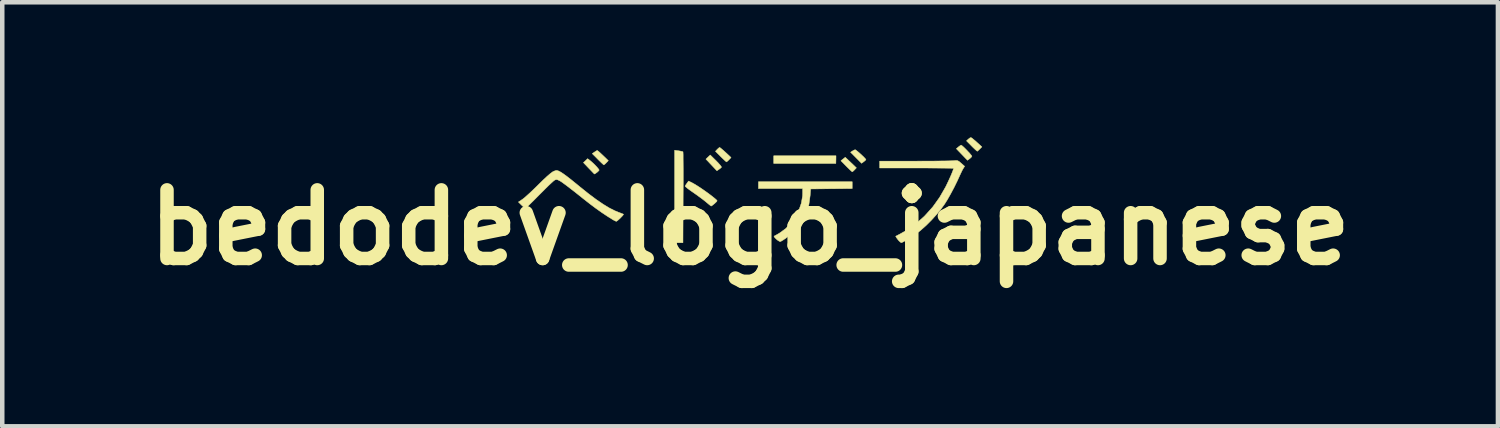
<source format=kicad_pcb>
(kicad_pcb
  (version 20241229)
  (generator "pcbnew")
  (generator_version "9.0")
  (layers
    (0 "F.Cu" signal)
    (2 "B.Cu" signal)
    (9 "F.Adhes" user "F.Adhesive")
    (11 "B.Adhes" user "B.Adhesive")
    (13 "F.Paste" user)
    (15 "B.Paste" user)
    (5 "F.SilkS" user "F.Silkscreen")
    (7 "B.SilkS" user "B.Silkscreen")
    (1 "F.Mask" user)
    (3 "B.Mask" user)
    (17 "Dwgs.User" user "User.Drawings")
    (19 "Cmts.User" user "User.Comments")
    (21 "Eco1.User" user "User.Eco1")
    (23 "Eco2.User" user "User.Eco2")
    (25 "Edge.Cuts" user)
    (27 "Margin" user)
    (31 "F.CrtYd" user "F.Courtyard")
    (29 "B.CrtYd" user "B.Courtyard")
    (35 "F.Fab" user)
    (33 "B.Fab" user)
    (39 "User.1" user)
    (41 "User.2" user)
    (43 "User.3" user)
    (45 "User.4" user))
  (footprint "bedodev_logo_japanese"
    (layer "F.Cu")
    (at 13.614 2.003)
    (property "Reference" "bedodev_logo_japanese" (at 0 0 0) (layer "F.SilkS") (effects (font (size 1.524 1.524) (thickness 0.3))))
    (attr through_hole)
    (fp_poly (pts (xy 1.908 -1.507) (xy 1.906 -1.422) (xy 0.525 -1.422) (xy 0.525 -1.592) (xy 1.909 -1.592) (xy 1.908 -1.507)) (stroke (width 0.01) (type solid)) (fill yes) (layer "F.SilkS"))
    (fp_poly (pts (xy -0.755 -1.482) (xy -0.703 -1.428) (xy -0.663 -1.383) (xy -0.639 -1.35) (xy -0.635 -1.338) (xy -0.655 -1.318) (xy -0.689 -1.292) (xy -0.691 -1.291) (xy -0.737 -1.259) (xy -0.859 -1.389) (xy -0.981 -1.518) (xy -0.933 -1.564) (xy -0.885 -1.61) (xy -0.755 -1.482)) (stroke (width 0.01) (type solid)) (fill yes) (layer "F.SilkS"))
    (fp_poly (pts (xy 2.239 -1.442) (xy 2.362 -1.324) (xy 2.321 -1.28) (xy 2.291 -1.251) (xy 2.271 -1.236) (xy 2.27 -1.236) (xy 2.255 -1.247) (xy 2.221 -1.278) (xy 2.175 -1.323) (xy 2.139 -1.359) (xy 2.018 -1.482) (xy 2.067 -1.521) (xy 2.115 -1.559) (xy 2.239 -1.442)) (stroke (width 0.01) (type solid)) (fill yes) (layer "F.SilkS"))
    (fp_poly (pts (xy -1.587 -1.703) (xy -1.536 -1.694) (xy -1.5 -1.685) (xy -1.49 -1.68) (xy -1.489 -1.661) (xy -1.487 -1.612) (xy -1.487 -1.534) (xy -1.486 -1.432) (xy -1.485 -1.308) (xy -1.485 -1.165) (xy -1.485 -1.006) (xy -1.486 -0.834) (xy -1.487 -0.665) (xy -1.491 0.339) (xy -1.676 0.339) (xy -1.676 -1.715) (xy -1.587 -1.703)) (stroke (width 0.01) (type solid)) (fill yes) (layer "F.SilkS"))
    (fp_poly (pts (xy 2.354 -1.716) (xy 2.39 -1.688) (xy 2.435 -1.649) (xy 2.483 -1.605) (xy 2.527 -1.563) (xy 2.559 -1.529) (xy 2.574 -1.509) (xy 2.574 -1.508) (xy 2.562 -1.491) (xy 2.531 -1.465) (xy 2.526 -1.461) (xy 2.477 -1.425) (xy 2.355 -1.548) (xy 2.233 -1.671) (xy 2.276 -1.699) (xy 2.312 -1.719) (xy 2.336 -1.727) (xy 2.354 -1.716)) (stroke (width 0.01) (type solid)) (fill yes) (layer "F.SilkS"))
    (fp_poly (pts (xy -3.379 -1.699) (xy -3.344 -1.67) (xy -3.297 -1.626) (xy -3.266 -1.597) (xy -3.149 -1.484) (xy -3.195 -1.436) (xy -3.226 -1.406) (xy -3.247 -1.391) (xy -3.25 -1.39) (xy -3.265 -1.402) (xy -3.299 -1.433) (xy -3.345 -1.478) (xy -3.383 -1.516) (xy -3.506 -1.64) (xy -3.456 -1.675) (xy -3.421 -1.698) (xy -3.397 -1.71) (xy -3.395 -1.71) (xy -3.379 -1.699)) (stroke (width 0.01) (type solid)) (fill yes) (layer "F.SilkS"))
    (fp_poly (pts (xy -0.66 -1.767) (xy -0.624 -1.738) (xy -0.576 -1.696) (xy -0.543 -1.666) (xy -0.422 -1.553) (xy -0.468 -1.505) (xy -0.5 -1.474) (xy -0.521 -1.457) (xy -0.524 -1.456) (xy -0.54 -1.468) (xy -0.573 -1.498) (xy -0.619 -1.542) (xy -0.652 -1.574) (xy -0.769 -1.692) (xy -0.729 -1.735) (xy -0.698 -1.764) (xy -0.678 -1.778) (xy -0.676 -1.778) (xy -0.66 -1.767)) (stroke (width 0.01) (type solid)) (fill yes) (layer "F.SilkS"))
    (fp_poly (pts (xy 4.708 -1.817) (xy 4.743 -1.787) (xy 4.787 -1.744) (xy 4.833 -1.696) (xy 4.877 -1.649) (xy 4.91 -1.61) (xy 4.927 -1.586) (xy 4.928 -1.583) (xy 4.915 -1.561) (xy 4.885 -1.533) (xy 4.879 -1.528) (xy 4.83 -1.492) (xy 4.706 -1.621) (xy 4.583 -1.749) (xy 4.629 -1.789) (xy 4.664 -1.815) (xy 4.687 -1.829) (xy 4.689 -1.829) (xy 4.708 -1.817)) (stroke (width 0.01) (type solid)) (fill yes) (layer "F.SilkS"))
    (fp_poly (pts (xy 4.925 -1.987) (xy 4.962 -1.958) (xy 5.011 -1.917) (xy 5.036 -1.894) (xy 5.15 -1.79) (xy 5.103 -1.742) (xy 5.071 -1.711) (xy 5.05 -1.694) (xy 5.047 -1.693) (xy 5.031 -1.705) (xy 4.998 -1.735) (xy 4.952 -1.779) (xy 4.922 -1.809) (xy 4.808 -1.924) (xy 4.848 -1.961) (xy 4.881 -1.987) (xy 4.905 -1.998) (xy 4.905 -1.998) (xy 4.925 -1.987)) (stroke (width 0.01) (type solid)) (fill yes) (layer "F.SilkS"))
    (fp_poly (pts (xy -3.542 -1.476) (xy -3.496 -1.436) (xy -3.447 -1.389) (xy -3.403 -1.342) (xy -3.37 -1.302) (xy -3.353 -1.276) (xy -3.353 -1.273) (xy -3.365 -1.257) (xy -3.392 -1.231) (xy -3.425 -1.206) (xy -3.451 -1.189) (xy -3.458 -1.187) (xy -3.471 -1.199) (xy -3.502 -1.231) (xy -3.546 -1.277) (xy -3.582 -1.314) (xy -3.702 -1.44) (xy -3.655 -1.484) (xy -3.609 -1.528) (xy -3.542 -1.476)) (stroke (width 0.01) (type solid)) (fill yes) (layer "F.SilkS"))
    (fp_poly (pts (xy -1.28 -0.988) (xy -1.225 -0.957) (xy -1.156 -0.914) (xy -1.079 -0.863) (xy -0.998 -0.807) (xy -0.919 -0.75) (xy -0.848 -0.696) (xy -0.789 -0.649) (xy -0.748 -0.613) (xy -0.732 -0.593) (xy -0.741 -0.577) (xy -0.768 -0.55) (xy -0.804 -0.518) (xy -0.838 -0.491) (xy -0.862 -0.476) (xy -0.866 -0.475) (xy -0.881 -0.486) (xy -0.915 -0.513) (xy -0.962 -0.552) (xy -0.982 -0.569) (xy -1.042 -0.617) (xy -1.12 -0.675) (xy -1.204 -0.736) (xy -1.27 -0.782) (xy -1.337 -0.829) (xy -1.391 -0.869) (xy -1.428 -0.9) (xy -1.443 -0.917) (xy -1.443 -0.918) (xy -1.431 -0.941) (xy -1.406 -0.977) (xy -1.403 -0.982) (xy -1.367 -1.031) (xy -1.28 -0.988)) (stroke (width 0.01) (type solid)) (fill yes) (layer "F.SilkS"))
    (fp_poly (pts (xy 2.269 -0.864) (xy 1.808 -0.86) (xy 1.346 -0.855) (xy 1.335 -0.711) (xy 1.307 -0.508) (xy 1.255 -0.326) (xy 1.176 -0.162) (xy 1.07 -0.012) (xy 0.99 0.076) (xy 0.937 0.125) (xy 0.872 0.179) (xy 0.804 0.231) (xy 0.742 0.275) (xy 0.691 0.305) (xy 0.673 0.314) (xy 0.65 0.308) (xy 0.612 0.284) (xy 0.584 0.261) (xy 0.55 0.227) (xy 0.533 0.202) (xy 0.534 0.193) (xy 0.557 0.181) (xy 0.6 0.157) (xy 0.654 0.126) (xy 0.659 0.122) (xy 0.789 0.028) (xy 0.905 -0.092) (xy 1.005 -0.231) (xy 1.084 -0.382) (xy 1.139 -0.54) (xy 1.166 -0.699) (xy 1.168 -0.757) (xy 1.168 -0.864) (xy 0.186 -0.864) (xy 0.186 -1.016) (xy 2.269 -1.016) (xy 2.269 -0.864)) (stroke (width 0.01) (type solid)) (fill yes) (layer "F.SilkS"))
    (fp_poly (pts (xy 4.613 -1.483) (xy 4.646 -1.464) (xy 4.69 -1.426) (xy 4.691 -1.426) (xy 4.767 -1.358) (xy 4.736 -1.31) (xy 4.711 -1.265) (xy 4.683 -1.207) (xy 4.669 -1.177) (xy 4.605 -1.037) (xy 4.533 -0.89) (xy 4.457 -0.747) (xy 4.384 -0.618) (xy 4.321 -0.518) (xy 4.239 -0.405) (xy 4.137 -0.281) (xy 4.025 -0.158) (xy 3.911 -0.044) (xy 3.803 0.052) (xy 3.784 0.069) (xy 3.725 0.113) (xy 3.655 0.162) (xy 3.581 0.212) (xy 3.509 0.258) (xy 3.444 0.297) (xy 3.394 0.325) (xy 3.363 0.338) (xy 3.36 0.339) (xy 3.338 0.326) (xy 3.305 0.295) (xy 3.284 0.27) (xy 3.255 0.231) (xy 3.238 0.203) (xy 3.236 0.196) (xy 3.254 0.186) (xy 3.292 0.166) (xy 3.329 0.147) (xy 3.457 0.074) (xy 3.595 -0.018) (xy 3.73 -0.123) (xy 3.853 -0.231) (xy 3.885 -0.262) (xy 4.059 -0.456) (xy 4.21 -0.667) (xy 4.343 -0.898) (xy 4.382 -0.978) (xy 4.421 -1.061) (xy 4.458 -1.143) (xy 4.488 -1.215) (xy 4.51 -1.273) (xy 4.521 -1.308) (xy 4.521 -1.313) (xy 4.505 -1.314) (xy 4.458 -1.316) (xy 4.383 -1.317) (xy 4.285 -1.318) (xy 4.166 -1.319) (xy 4.029 -1.32) (xy 3.878 -1.321) (xy 3.715 -1.321) (xy 3.7 -1.321) (xy 2.879 -1.321) (xy 2.879 -1.473) (xy 3.662 -1.473) (xy 3.825 -1.474) (xy 3.98 -1.474) (xy 4.123 -1.475) (xy 4.251 -1.477) (xy 4.36 -1.478) (xy 4.446 -1.48) (xy 4.505 -1.482) (xy 4.53 -1.484) (xy 4.579 -1.488) (xy 4.613 -1.483)) (stroke (width 0.01) (type solid)) (fill yes) (layer "F.SilkS"))
    (fp_poly (pts (xy -4.261 -1.257) (xy -4.239 -1.247) (xy -4.195 -1.223) (xy -4.139 -1.185) (xy -4.068 -1.133) (xy -3.978 -1.063) (xy -3.868 -0.974) (xy -3.785 -0.906) (xy -3.593 -0.752) (xy -3.421 -0.623) (xy -3.266 -0.517) (xy -3.128 -0.433) (xy -3.003 -0.37) (xy -2.928 -0.339) (xy -2.872 -0.318) (xy -2.831 -0.302) (xy -2.812 -0.293) (xy -2.812 -0.293) (xy -2.818 -0.279) (xy -2.842 -0.25) (xy -2.877 -0.214) (xy -2.915 -0.178) (xy -2.948 -0.149) (xy -2.969 -0.136) (xy -2.971 -0.136) (xy -2.996 -0.144) (xy -3.035 -0.165) (xy -3.048 -0.172) (xy -3.174 -0.251) (xy -3.297 -0.333) (xy -3.424 -0.423) (xy -3.56 -0.525) (xy -3.712 -0.644) (xy -3.788 -0.705) (xy -3.887 -0.784) (xy -3.982 -0.857) (xy -4.067 -0.923) (xy -4.139 -0.976) (xy -4.193 -1.015) (xy -4.224 -1.034) (xy -4.271 -1.057) (xy -4.302 -1.064) (xy -4.33 -1.057) (xy -4.343 -1.05) (xy -4.367 -1.032) (xy -4.41 -0.993) (xy -4.47 -0.937) (xy -4.541 -0.867) (xy -4.621 -0.787) (xy -4.683 -0.725) (xy -4.765 -0.642) (xy -4.839 -0.568) (xy -4.902 -0.506) (xy -4.95 -0.459) (xy -4.981 -0.431) (xy -4.991 -0.423) (xy -5.008 -0.434) (xy -5.041 -0.463) (xy -5.075 -0.494) (xy -5.147 -0.565) (xy -5.058 -0.624) (xy -5.02 -0.653) (xy -4.963 -0.703) (xy -4.892 -0.767) (xy -4.813 -0.842) (xy -4.73 -0.923) (xy -4.706 -0.947) (xy -4.6 -1.051) (xy -4.51 -1.135) (xy -4.439 -1.196) (xy -4.388 -1.234) (xy -4.371 -1.244) (xy -4.325 -1.262) (xy -4.294 -1.267) (xy -4.261 -1.257)) (stroke (width 0.01) (type solid)) (fill yes) (layer "F.SilkS")))
  (gr_rect
    (start -3 -3)
    (end 30.229 6.421)
    (stroke (width 0.1) (type default))
    (fill no)
    (layer "Edge.Cuts")))
</source>
